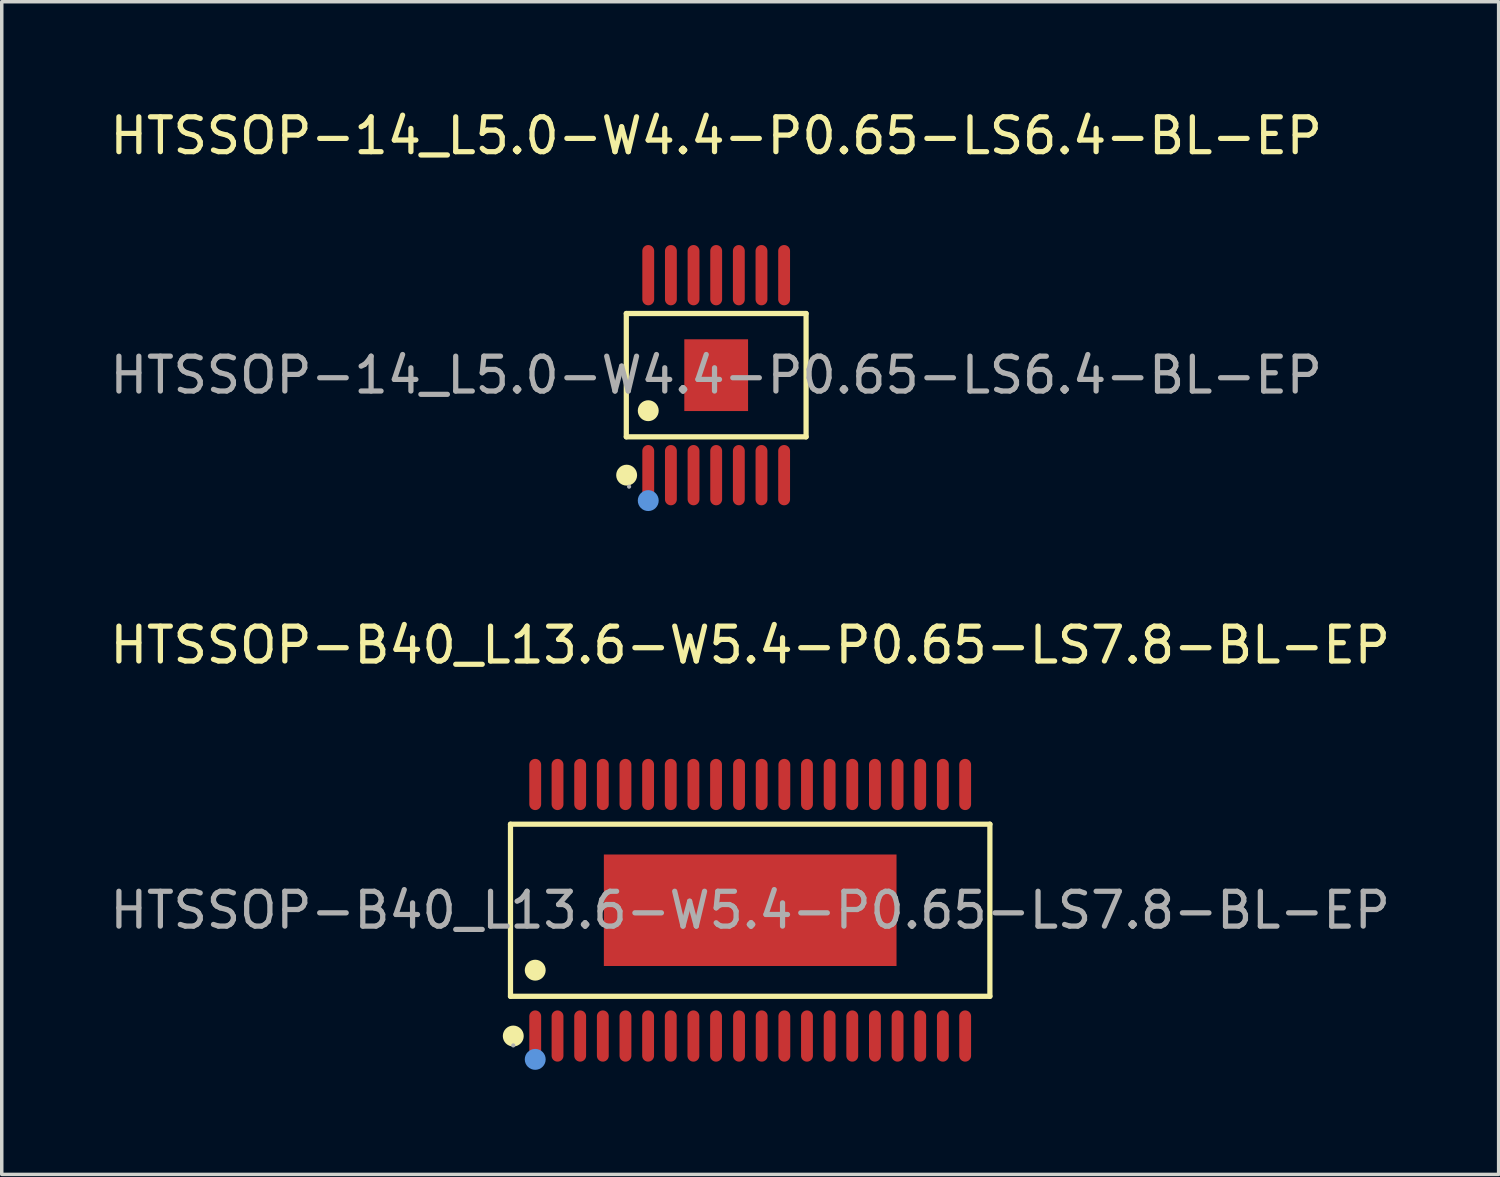
<source format=kicad_pcb>
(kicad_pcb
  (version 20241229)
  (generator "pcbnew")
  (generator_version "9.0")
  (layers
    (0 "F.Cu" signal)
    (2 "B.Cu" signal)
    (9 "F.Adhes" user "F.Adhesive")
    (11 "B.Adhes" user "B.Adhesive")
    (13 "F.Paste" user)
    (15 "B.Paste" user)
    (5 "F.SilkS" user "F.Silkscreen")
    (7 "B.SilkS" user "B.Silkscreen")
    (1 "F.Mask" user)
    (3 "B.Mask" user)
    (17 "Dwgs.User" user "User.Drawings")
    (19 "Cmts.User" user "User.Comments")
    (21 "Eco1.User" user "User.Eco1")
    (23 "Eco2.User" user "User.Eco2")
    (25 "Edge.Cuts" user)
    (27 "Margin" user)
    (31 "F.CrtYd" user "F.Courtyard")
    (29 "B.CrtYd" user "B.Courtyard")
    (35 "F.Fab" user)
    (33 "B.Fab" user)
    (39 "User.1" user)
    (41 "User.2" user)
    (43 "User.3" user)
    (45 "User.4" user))
  (footprint "HTSSOP-14_L5.0-W4.4-P0.65-LS6.4-BL-EP"
    (layer "F.Cu")
    (at 17.506 7.718)
    (property "Reference" "HTSSOP-14_L5.0-W4.4-P0.65-LS6.4-BL-EP" (at 0 -6.87 0) (layer "F.SilkS") (effects (font (size 1 1) (thickness 0.15))))
    (attr through_hole)
    (fp_line (start -2.58 -1.77) (end 2.58 -1.77) (stroke (width 0.15) (type solid)) (layer "F.SilkS"))
    (fp_line (start -2.58 1.77) (end -2.58 -1.77) (stroke (width 0.15) (type solid)) (layer "F.SilkS"))
    (fp_line (start 2.58 -1.77) (end 2.58 1.77) (stroke (width 0.15) (type solid)) (layer "F.SilkS"))
    (fp_line (start 2.58 1.77) (end -2.58 1.77) (stroke (width 0.15) (type solid)) (layer "F.SilkS"))
    (fp_circle (center -2.57 2.87) (end -2.42 2.87) (stroke (width 0.3) (type solid)) (fill no) (layer "F.SilkS"))
    (fp_circle (center -1.95 1.02) (end -1.8 1.02) (stroke (width 0.3) (type solid)) (fill no) (layer "F.SilkS"))
    (fp_circle (center -1.95 3.6) (end -1.8 3.6) (stroke (width 0.3) (type solid)) (fill no) (layer "Cmts.User"))
    (fp_circle (center -2.5 3.2) (end -2.47 3.2) (stroke (width 0.06) (type solid)) (fill no) (layer "F.Fab"))
    (fp_text user "${REFERENCE}" (at 0 0 0) (layer "F.Fab") (effects (font (size 1 1) (thickness 0.15))))
    (pad "1" smd oval (at -1.95 2.87) (size 0.34 1.73) (layers "F.Cu" "F.Mask" "F.Paste"))
    (pad "2" smd oval (at -1.3 2.87) (size 0.34 1.73) (layers "F.Cu" "F.Mask" "F.Paste"))
    (pad "3" smd oval (at -0.65 2.87) (size 0.34 1.73) (layers "F.Cu" "F.Mask" "F.Paste"))
    (pad "4" smd oval (at 0 2.87) (size 0.34 1.73) (layers "F.Cu" "F.Mask" "F.Paste"))
    (pad "5" smd oval (at 0.65 2.87) (size 0.34 1.73) (layers "F.Cu" "F.Mask" "F.Paste"))
    (pad "6" smd oval (at 1.3 2.87) (size 0.34 1.73) (layers "F.Cu" "F.Mask" "F.Paste"))
    (pad "7" smd oval (at 1.95 2.87) (size 0.34 1.73) (layers "F.Cu" "F.Mask" "F.Paste"))
    (pad "8" smd oval (at 1.95 -2.87) (size 0.34 1.73) (layers "F.Cu" "F.Mask" "F.Paste"))
    (pad "9" smd oval (at 1.3 -2.87) (size 0.34 1.73) (layers "F.Cu" "F.Mask" "F.Paste"))
    (pad "10" smd oval (at 0.65 -2.87) (size 0.34 1.73) (layers "F.Cu" "F.Mask" "F.Paste"))
    (pad "11" smd oval (at 0 -2.87) (size 0.34 1.73) (layers "F.Cu" "F.Mask" "F.Paste"))
    (pad "12" smd oval (at -0.65 -2.87) (size 0.34 1.73) (layers "F.Cu" "F.Mask" "F.Paste"))
    (pad "13" smd oval (at -1.3 -2.87) (size 0.34 1.73) (layers "F.Cu" "F.Mask" "F.Paste"))
    (pad "14" smd oval (at -1.95 -2.87) (size 0.34 1.73) (layers "F.Cu" "F.Mask" "F.Paste"))
    (pad "15" smd rect (at 0 0) (size 1.83 2.06) (layers "F.Cu" "F.Mask" "F.Paste")))
  (footprint "HTSSOP-B40_L13.6-W5.4-P0.65-LS7.8-BL-EP"
    (layer "F.Cu")
    (at 18.482 23.076)
    (property "Reference" "HTSSOP-B40_L13.6-W5.4-P0.65-LS7.8-BL-EP" (at 0 -7.61 0) (layer "F.SilkS") (effects (font (size 1 1) (thickness 0.15))))
    (attr through_hole)
    (fp_line (start -6.88 -2.47) (end 6.88 -2.47) (stroke (width 0.15) (type solid)) (layer "F.SilkS"))
    (fp_line (start -6.88 2.47) (end -6.88 -2.47) (stroke (width 0.15) (type solid)) (layer "F.SilkS"))
    (fp_line (start 6.88 -2.47) (end 6.88 2.47) (stroke (width 0.15) (type solid)) (layer "F.SilkS"))
    (fp_line (start 6.88 2.47) (end -6.88 2.47) (stroke (width 0.15) (type solid)) (layer "F.SilkS"))
    (fp_circle (center -6.8 3.61) (end -6.65 3.61) (stroke (width 0.3) (type solid)) (fill no) (layer "F.SilkS"))
    (fp_circle (center -6.17 1.72) (end -6.02 1.72) (stroke (width 0.3) (type solid)) (fill no) (layer "F.SilkS"))
    (fp_circle (center -6.17 4.28) (end -6.02 4.28) (stroke (width 0.3) (type solid)) (fill no) (layer "Cmts.User"))
    (fp_circle (center -6.8 3.88) (end -6.77 3.88) (stroke (width 0.06) (type solid)) (fill no) (layer "F.Fab"))
    (fp_text user "${REFERENCE}" (at 0 0 0) (layer "F.Fab") (effects (font (size 1 1) (thickness 0.15))))
    (pad "1" smd oval (at -6.17 3.61) (size 0.34 1.47) (layers "F.Cu" "F.Mask" "F.Paste"))
    (pad "2" smd oval (at -5.53 3.61) (size 0.34 1.47) (layers "F.Cu" "F.Mask" "F.Paste"))
    (pad "3" smd oval (at -4.88 3.61) (size 0.34 1.47) (layers "F.Cu" "F.Mask" "F.Paste"))
    (pad "4" smd oval (at -4.23 3.61) (size 0.34 1.47) (layers "F.Cu" "F.Mask" "F.Paste"))
    (pad "5" smd oval (at -3.58 3.61) (size 0.34 1.47) (layers "F.Cu" "F.Mask" "F.Paste"))
    (pad "6" smd oval (at -2.93 3.61) (size 0.34 1.47) (layers "F.Cu" "F.Mask" "F.Paste"))
    (pad "7" smd oval (at -2.28 3.61) (size 0.34 1.47) (layers "F.Cu" "F.Mask" "F.Paste"))
    (pad "8" smd oval (at -1.63 3.61) (size 0.34 1.47) (layers "F.Cu" "F.Mask" "F.Paste"))
    (pad "9" smd oval (at -0.98 3.61) (size 0.34 1.47) (layers "F.Cu" "F.Mask" "F.Paste"))
    (pad "10" smd oval (at -0.32 3.61) (size 0.34 1.47) (layers "F.Cu" "F.Mask" "F.Paste"))
    (pad "11" smd oval (at 0.33 3.61) (size 0.34 1.47) (layers "F.Cu" "F.Mask" "F.Paste"))
    (pad "12" smd oval (at 0.98 3.61) (size 0.34 1.47) (layers "F.Cu" "F.Mask" "F.Paste"))
    (pad "13" smd oval (at 1.63 3.61) (size 0.34 1.47) (layers "F.Cu" "F.Mask" "F.Paste"))
    (pad "14" smd oval (at 2.28 3.61) (size 0.34 1.47) (layers "F.Cu" "F.Mask" "F.Paste"))
    (pad "15" smd oval (at 2.93 3.61) (size 0.34 1.47) (layers "F.Cu" "F.Mask" "F.Paste"))
    (pad "16" smd oval (at 3.58 3.61) (size 0.34 1.47) (layers "F.Cu" "F.Mask" "F.Paste"))
    (pad "17" smd oval (at 4.23 3.61) (size 0.34 1.47) (layers "F.Cu" "F.Mask" "F.Paste"))
    (pad "18" smd oval (at 4.88 3.61) (size 0.34 1.47) (layers "F.Cu" "F.Mask" "F.Paste"))
    (pad "19" smd oval (at 5.53 3.61) (size 0.34 1.47) (layers "F.Cu" "F.Mask" "F.Paste"))
    (pad "20" smd oval (at 6.17 3.61) (size 0.34 1.47) (layers "F.Cu" "F.Mask" "F.Paste"))
    (pad "21" smd oval (at 6.17 -3.61) (size 0.34 1.47) (layers "F.Cu" "F.Mask" "F.Paste"))
    (pad "22" smd oval (at 5.53 -3.61) (size 0.34 1.47) (layers "F.Cu" "F.Mask" "F.Paste"))
    (pad "23" smd oval (at 4.88 -3.61) (size 0.34 1.47) (layers "F.Cu" "F.Mask" "F.Paste"))
    (pad "24" smd oval (at 4.23 -3.61) (size 0.34 1.47) (layers "F.Cu" "F.Mask" "F.Paste"))
    (pad "25" smd oval (at 3.58 -3.61) (size 0.34 1.47) (layers "F.Cu" "F.Mask" "F.Paste"))
    (pad "26" smd oval (at 2.93 -3.61) (size 0.34 1.47) (layers "F.Cu" "F.Mask" "F.Paste"))
    (pad "27" smd oval (at 2.28 -3.61) (size 0.34 1.47) (layers "F.Cu" "F.Mask" "F.Paste"))
    (pad "28" smd oval (at 1.63 -3.61) (size 0.34 1.47) (layers "F.Cu" "F.Mask" "F.Paste"))
    (pad "29" smd oval (at 0.98 -3.61) (size 0.34 1.47) (layers "F.Cu" "F.Mask" "F.Paste"))
    (pad "30" smd oval (at 0.33 -3.61) (size 0.34 1.47) (layers "F.Cu" "F.Mask" "F.Paste"))
    (pad "31" smd oval (at -0.32 -3.61) (size 0.34 1.47) (layers "F.Cu" "F.Mask" "F.Paste"))
    (pad "32" smd oval (at -0.98 -3.61) (size 0.34 1.47) (layers "F.Cu" "F.Mask" "F.Paste"))
    (pad "33" smd oval (at -1.63 -3.61) (size 0.34 1.47) (layers "F.Cu" "F.Mask" "F.Paste"))
    (pad "34" smd oval (at -2.28 -3.61) (size 0.34 1.47) (layers "F.Cu" "F.Mask" "F.Paste"))
    (pad "35" smd oval (at -2.93 -3.61) (size 0.34 1.47) (layers "F.Cu" "F.Mask" "F.Paste"))
    (pad "36" smd oval (at -3.58 -3.61) (size 0.34 1.47) (layers "F.Cu" "F.Mask" "F.Paste"))
    (pad "37" smd oval (at -4.23 -3.61) (size 0.34 1.47) (layers "F.Cu" "F.Mask" "F.Paste"))
    (pad "38" smd oval (at -4.88 -3.61) (size 0.34 1.47) (layers "F.Cu" "F.Mask" "F.Paste"))
    (pad "39" smd oval (at -5.53 -3.61) (size 0.34 1.47) (layers "F.Cu" "F.Mask" "F.Paste"))
    (pad "40" smd oval (at -6.17 -3.61) (size 0.34 1.47) (layers "F.Cu" "F.Mask" "F.Paste"))
    (pad "41" smd rect (at 0 0) (size 8.4 3.2) (layers "F.Cu" "F.Mask" "F.Paste")))
  (gr_rect
    (start -3 -3)
    (end 39.964 30.657)
    (stroke (width 0.1) (type default))
    (fill no)
    (layer "Edge.Cuts")))
</source>
